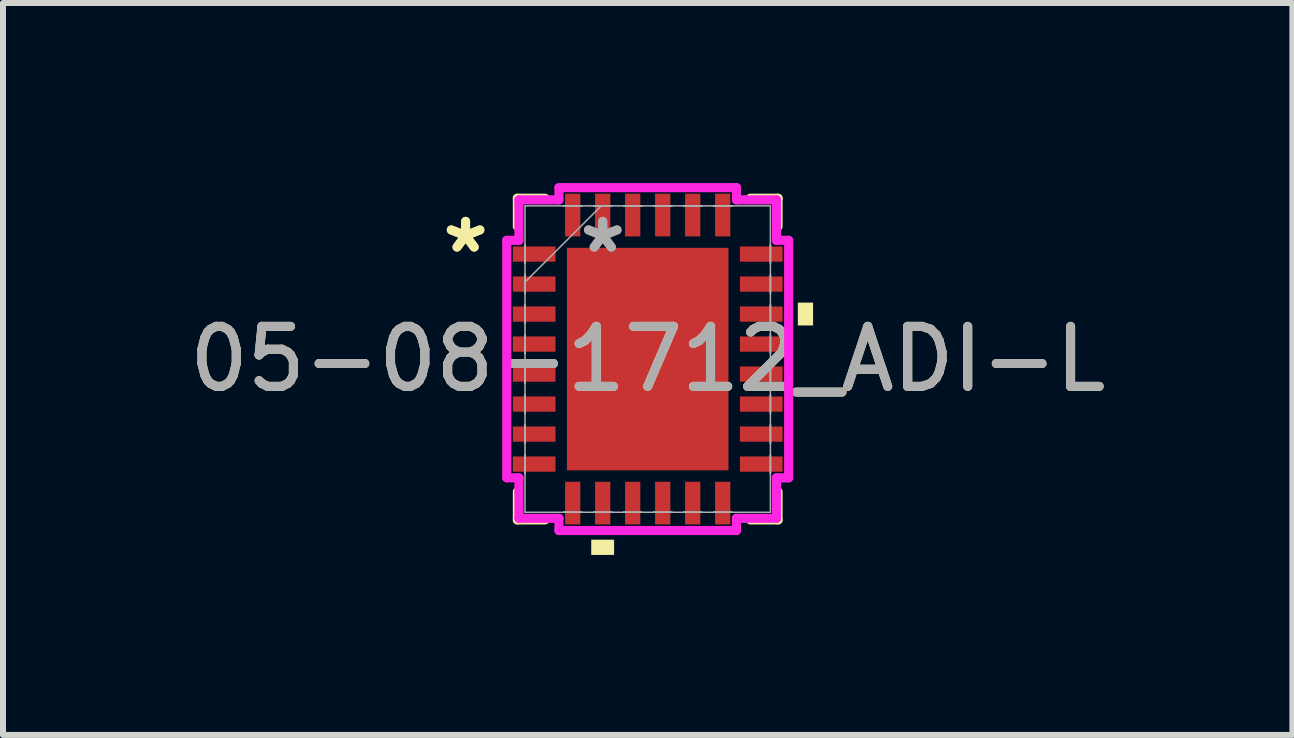
<source format=kicad_pcb>
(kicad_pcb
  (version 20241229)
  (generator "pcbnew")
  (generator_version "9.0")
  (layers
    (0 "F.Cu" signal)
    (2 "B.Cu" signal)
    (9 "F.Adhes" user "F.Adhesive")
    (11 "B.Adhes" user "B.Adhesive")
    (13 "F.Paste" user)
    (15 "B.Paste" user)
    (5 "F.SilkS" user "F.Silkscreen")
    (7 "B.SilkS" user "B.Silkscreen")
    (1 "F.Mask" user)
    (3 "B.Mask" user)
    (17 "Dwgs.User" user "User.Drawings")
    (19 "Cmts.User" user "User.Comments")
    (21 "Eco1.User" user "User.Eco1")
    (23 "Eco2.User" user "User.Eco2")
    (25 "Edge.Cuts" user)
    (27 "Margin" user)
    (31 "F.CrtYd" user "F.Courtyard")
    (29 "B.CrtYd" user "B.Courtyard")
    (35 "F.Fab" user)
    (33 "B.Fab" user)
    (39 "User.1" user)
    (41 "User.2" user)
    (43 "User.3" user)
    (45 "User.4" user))
  (footprint "05-08-1712_ADI-L"
    (layer "F.Cu")
    (at 7.744 2.934)
    (property "Reference" "05-08-1712_ADI-L" (at 0 0 0) (unlocked yes) (layer "F.SilkS") (effects (font (size 1 1) (thickness 0.15))))
    (attr smd)
    (fp_line (start -2.172 -2.68) (end -2.172 -2.21) (stroke (width 0.152) (type solid)) (layer "F.SilkS"))
    (fp_line (start -2.172 2.21) (end -2.172 2.68) (stroke (width 0.152) (type solid)) (layer "F.SilkS"))
    (fp_line (start -2.172 2.68) (end -1.71 2.68) (stroke (width 0.152) (type solid)) (layer "F.SilkS"))
    (fp_line (start -1.71 -2.68) (end -2.172 -2.68) (stroke (width 0.152) (type solid)) (layer "F.SilkS"))
    (fp_line (start 1.71 2.68) (end 2.172 2.68) (stroke (width 0.152) (type solid)) (layer "F.SilkS"))
    (fp_line (start 2.172 -2.68) (end 1.71 -2.68) (stroke (width 0.152) (type solid)) (layer "F.SilkS"))
    (fp_line (start 2.172 -2.21) (end 2.172 -2.68) (stroke (width 0.152) (type solid)) (layer "F.SilkS"))
    (fp_line (start 2.172 2.68) (end 2.172 2.21) (stroke (width 0.152) (type solid)) (layer "F.SilkS"))
    (fp_poly (pts (xy -0.941 3.01) (xy -0.941 3.264) (xy -0.56 3.264) (xy -0.56 3.01)) (stroke (width 0) (type solid)) (fill yes) (layer "F.SilkS"))
    (fp_poly (pts (xy 2.756 -0.941) (xy 2.756 -0.56) (xy 2.502 -0.56) (xy 2.502 -0.941)) (stroke (width 0) (type solid)) (fill yes) (layer "F.SilkS"))
    (fp_line (start -2.349 -1.979) (end -2.146 -1.979) (stroke (width 0.152) (type solid)) (layer "F.CrtYd"))
    (fp_line (start -2.349 1.979) (end -2.349 -1.979) (stroke (width 0.152) (type solid)) (layer "F.CrtYd"))
    (fp_line (start -2.146 -2.654) (end -1.479 -2.654) (stroke (width 0.152) (type solid)) (layer "F.CrtYd"))
    (fp_line (start -2.146 -1.979) (end -2.146 -2.654) (stroke (width 0.152) (type solid)) (layer "F.CrtYd"))
    (fp_line (start -2.146 1.979) (end -2.349 1.979) (stroke (width 0.152) (type solid)) (layer "F.CrtYd"))
    (fp_line (start -2.146 2.654) (end -2.146 1.979) (stroke (width 0.152) (type solid)) (layer "F.CrtYd"))
    (fp_line (start -1.479 -2.857) (end 1.479 -2.857) (stroke (width 0.152) (type solid)) (layer "F.CrtYd"))
    (fp_line (start -1.479 -2.654) (end -1.479 -2.857) (stroke (width 0.152) (type solid)) (layer "F.CrtYd"))
    (fp_line (start -1.479 2.654) (end -2.146 2.654) (stroke (width 0.152) (type solid)) (layer "F.CrtYd"))
    (fp_line (start -1.479 2.857) (end -1.479 2.654) (stroke (width 0.152) (type solid)) (layer "F.CrtYd"))
    (fp_line (start 1.479 -2.857) (end 1.479 -2.654) (stroke (width 0.152) (type solid)) (layer "F.CrtYd"))
    (fp_line (start 1.479 -2.654) (end 2.146 -2.654) (stroke (width 0.152) (type solid)) (layer "F.CrtYd"))
    (fp_line (start 1.479 2.654) (end 1.479 2.857) (stroke (width 0.152) (type solid)) (layer "F.CrtYd"))
    (fp_line (start 1.479 2.857) (end -1.479 2.857) (stroke (width 0.152) (type solid)) (layer "F.CrtYd"))
    (fp_line (start 2.146 -2.654) (end 2.146 -1.979) (stroke (width 0.152) (type solid)) (layer "F.CrtYd"))
    (fp_line (start 2.146 -1.979) (end 2.349 -1.979) (stroke (width 0.152) (type solid)) (layer "F.CrtYd"))
    (fp_line (start 2.146 1.979) (end 2.146 2.654) (stroke (width 0.152) (type solid)) (layer "F.CrtYd"))
    (fp_line (start 2.146 2.654) (end 1.479 2.654) (stroke (width 0.152) (type solid)) (layer "F.CrtYd"))
    (fp_line (start 2.349 -1.979) (end 2.349 1.979) (stroke (width 0.152) (type solid)) (layer "F.CrtYd"))
    (fp_line (start 2.349 1.979) (end 2.146 1.979) (stroke (width 0.152) (type solid)) (layer "F.CrtYd"))
    (fp_line (start -2.045 -2.553) (end -2.045 2.553) (stroke (width 0.025) (type solid)) (layer "F.Fab"))
    (fp_line (start -2.045 -1.902) (end -2.045 -1.902) (stroke (width 0.025) (type solid)) (layer "F.Fab"))
    (fp_line (start -2.045 -1.902) (end -2.045 -1.598) (stroke (width 0.025) (type solid)) (layer "F.Fab"))
    (fp_line (start -2.045 -1.598) (end -2.045 -1.902) (stroke (width 0.025) (type solid)) (layer "F.Fab"))
    (fp_line (start -2.045 -1.598) (end -2.045 -1.598) (stroke (width 0.025) (type solid)) (layer "F.Fab"))
    (fp_line (start -2.045 -1.402) (end -2.045 -1.402) (stroke (width 0.025) (type solid)) (layer "F.Fab"))
    (fp_line (start -2.045 -1.402) (end -2.045 -1.098) (stroke (width 0.025) (type solid)) (layer "F.Fab"))
    (fp_line (start -2.045 -1.283) (end -0.775 -2.553) (stroke (width 0.025) (type solid)) (layer "F.Fab"))
    (fp_line (start -2.045 -1.098) (end -2.045 -1.402) (stroke (width 0.025) (type solid)) (layer "F.Fab"))
    (fp_line (start -2.045 -1.098) (end -2.045 -1.098) (stroke (width 0.025) (type solid)) (layer "F.Fab"))
    (fp_line (start -2.045 -0.902) (end -2.045 -0.902) (stroke (width 0.025) (type solid)) (layer "F.Fab"))
    (fp_line (start -2.045 -0.902) (end -2.045 -0.598) (stroke (width 0.025) (type solid)) (layer "F.Fab"))
    (fp_line (start -2.045 -0.598) (end -2.045 -0.902) (stroke (width 0.025) (type solid)) (layer "F.Fab"))
    (fp_line (start -2.045 -0.598) (end -2.045 -0.598) (stroke (width 0.025) (type solid)) (layer "F.Fab"))
    (fp_line (start -2.045 -0.402) (end -2.045 -0.402) (stroke (width 0.025) (type solid)) (layer "F.Fab"))
    (fp_line (start -2.045 -0.402) (end -2.045 -0.098) (stroke (width 0.025) (type solid)) (layer "F.Fab"))
    (fp_line (start -2.045 -0.098) (end -2.045 -0.402) (stroke (width 0.025) (type solid)) (layer "F.Fab"))
    (fp_line (start -2.045 -0.098) (end -2.045 -0.098) (stroke (width 0.025) (type solid)) (layer "F.Fab"))
    (fp_line (start -2.045 0.098) (end -2.045 0.098) (stroke (width 0.025) (type solid)) (layer "F.Fab"))
    (fp_line (start -2.045 0.098) (end -2.045 0.402) (stroke (width 0.025) (type solid)) (layer "F.Fab"))
    (fp_line (start -2.045 0.402) (end -2.045 0.098) (stroke (width 0.025) (type solid)) (layer "F.Fab"))
    (fp_line (start -2.045 0.402) (end -2.045 0.402) (stroke (width 0.025) (type solid)) (layer "F.Fab"))
    (fp_line (start -2.045 0.598) (end -2.045 0.598) (stroke (width 0.025) (type solid)) (layer "F.Fab"))
    (fp_line (start -2.045 0.598) (end -2.045 0.902) (stroke (width 0.025) (type solid)) (layer "F.Fab"))
    (fp_line (start -2.045 0.902) (end -2.045 0.598) (stroke (width 0.025) (type solid)) (layer "F.Fab"))
    (fp_line (start -2.045 0.902) (end -2.045 0.902) (stroke (width 0.025) (type solid)) (layer "F.Fab"))
    (fp_line (start -2.045 1.098) (end -2.045 1.098) (stroke (width 0.025) (type solid)) (layer "F.Fab"))
    (fp_line (start -2.045 1.098) (end -2.045 1.402) (stroke (width 0.025) (type solid)) (layer "F.Fab"))
    (fp_line (start -2.045 1.402) (end -2.045 1.098) (stroke (width 0.025) (type solid)) (layer "F.Fab"))
    (fp_line (start -2.045 1.402) (end -2.045 1.402) (stroke (width 0.025) (type solid)) (layer "F.Fab"))
    (fp_line (start -2.045 1.598) (end -2.045 1.598) (stroke (width 0.025) (type solid)) (layer "F.Fab"))
    (fp_line (start -2.045 1.598) (end -2.045 1.902) (stroke (width 0.025) (type solid)) (layer "F.Fab"))
    (fp_line (start -2.045 1.902) (end -2.045 1.598) (stroke (width 0.025) (type solid)) (layer "F.Fab"))
    (fp_line (start -2.045 1.902) (end -2.045 1.902) (stroke (width 0.025) (type solid)) (layer "F.Fab"))
    (fp_line (start -2.045 2.553) (end 2.045 2.553) (stroke (width 0.025) (type solid)) (layer "F.Fab"))
    (fp_line (start -1.402 -2.553) (end -1.402 -2.553) (stroke (width 0.025) (type solid)) (layer "F.Fab"))
    (fp_line (start -1.402 -2.553) (end -1.098 -2.553) (stroke (width 0.025) (type solid)) (layer "F.Fab"))
    (fp_line (start -1.402 2.553) (end -1.402 2.553) (stroke (width 0.025) (type solid)) (layer "F.Fab"))
    (fp_line (start -1.402 2.553) (end -1.098 2.553) (stroke (width 0.025) (type solid)) (layer "F.Fab"))
    (fp_line (start -1.098 -2.553) (end -1.402 -2.553) (stroke (width 0.025) (type solid)) (layer "F.Fab"))
    (fp_line (start -1.098 -2.553) (end -1.098 -2.553) (stroke (width 0.025) (type solid)) (layer "F.Fab"))
    (fp_line (start -1.098 2.553) (end -1.402 2.553) (stroke (width 0.025) (type solid)) (layer "F.Fab"))
    (fp_line (start -1.098 2.553) (end -1.098 2.553) (stroke (width 0.025) (type solid)) (layer "F.Fab"))
    (fp_line (start -0.902 -2.553) (end -0.902 -2.553) (stroke (width 0.025) (type solid)) (layer "F.Fab"))
    (fp_line (start -0.902 -2.553) (end -0.598 -2.553) (stroke (width 0.025) (type solid)) (layer "F.Fab"))
    (fp_line (start -0.902 2.553) (end -0.902 2.553) (stroke (width 0.025) (type solid)) (layer "F.Fab"))
    (fp_line (start -0.902 2.553) (end -0.598 2.553) (stroke (width 0.025) (type solid)) (layer "F.Fab"))
    (fp_line (start -0.598 -2.553) (end -0.902 -2.553) (stroke (width 0.025) (type solid)) (layer "F.Fab"))
    (fp_line (start -0.598 -2.553) (end -0.598 -2.553) (stroke (width 0.025) (type solid)) (layer "F.Fab"))
    (fp_line (start -0.598 2.553) (end -0.902 2.553) (stroke (width 0.025) (type solid)) (layer "F.Fab"))
    (fp_line (start -0.598 2.553) (end -0.598 2.553) (stroke (width 0.025) (type solid)) (layer "F.Fab"))
    (fp_line (start -0.402 -2.553) (end -0.402 -2.553) (stroke (width 0.025) (type solid)) (layer "F.Fab"))
    (fp_line (start -0.402 -2.553) (end -0.098 -2.553) (stroke (width 0.025) (type solid)) (layer "F.Fab"))
    (fp_line (start -0.402 2.553) (end -0.402 2.553) (stroke (width 0.025) (type solid)) (layer "F.Fab"))
    (fp_line (start -0.402 2.553) (end -0.098 2.553) (stroke (width 0.025) (type solid)) (layer "F.Fab"))
    (fp_line (start -0.098 -2.553) (end -0.402 -2.553) (stroke (width 0.025) (type solid)) (layer "F.Fab"))
    (fp_line (start -0.098 -2.553) (end -0.098 -2.553) (stroke (width 0.025) (type solid)) (layer "F.Fab"))
    (fp_line (start -0.098 2.553) (end -0.402 2.553) (stroke (width 0.025) (type solid)) (layer "F.Fab"))
    (fp_line (start -0.098 2.553) (end -0.098 2.553) (stroke (width 0.025) (type solid)) (layer "F.Fab"))
    (fp_line (start 0.098 -2.553) (end 0.098 -2.553) (stroke (width 0.025) (type solid)) (layer "F.Fab"))
    (fp_line (start 0.098 -2.553) (end 0.402 -2.553) (stroke (width 0.025) (type solid)) (layer "F.Fab"))
    (fp_line (start 0.098 2.553) (end 0.098 2.553) (stroke (width 0.025) (type solid)) (layer "F.Fab"))
    (fp_line (start 0.098 2.553) (end 0.402 2.553) (stroke (width 0.025) (type solid)) (layer "F.Fab"))
    (fp_line (start 0.402 -2.553) (end 0.098 -2.553) (stroke (width 0.025) (type solid)) (layer "F.Fab"))
    (fp_line (start 0.402 -2.553) (end 0.402 -2.553) (stroke (width 0.025) (type solid)) (layer "F.Fab"))
    (fp_line (start 0.402 2.553) (end 0.098 2.553) (stroke (width 0.025) (type solid)) (layer "F.Fab"))
    (fp_line (start 0.402 2.553) (end 0.402 2.553) (stroke (width 0.025) (type solid)) (layer "F.Fab"))
    (fp_line (start 0.598 -2.553) (end 0.598 -2.553) (stroke (width 0.025) (type solid)) (layer "F.Fab"))
    (fp_line (start 0.598 -2.553) (end 0.902 -2.553) (stroke (width 0.025) (type solid)) (layer "F.Fab"))
    (fp_line (start 0.598 2.553) (end 0.598 2.553) (stroke (width 0.025) (type solid)) (layer "F.Fab"))
    (fp_line (start 0.598 2.553) (end 0.902 2.553) (stroke (width 0.025) (type solid)) (layer "F.Fab"))
    (fp_line (start 0.902 -2.553) (end 0.598 -2.553) (stroke (width 0.025) (type solid)) (layer "F.Fab"))
    (fp_line (start 0.902 -2.553) (end 0.902 -2.553) (stroke (width 0.025) (type solid)) (layer "F.Fab"))
    (fp_line (start 0.902 2.553) (end 0.598 2.553) (stroke (width 0.025) (type solid)) (layer "F.Fab"))
    (fp_line (start 0.902 2.553) (end 0.902 2.553) (stroke (width 0.025) (type solid)) (layer "F.Fab"))
    (fp_line (start 1.098 -2.553) (end 1.098 -2.553) (stroke (width 0.025) (type solid)) (layer "F.Fab"))
    (fp_line (start 1.098 -2.553) (end 1.402 -2.553) (stroke (width 0.025) (type solid)) (layer "F.Fab"))
    (fp_line (start 1.098 2.553) (end 1.098 2.553) (stroke (width 0.025) (type solid)) (layer "F.Fab"))
    (fp_line (start 1.098 2.553) (end 1.402 2.553) (stroke (width 0.025) (type solid)) (layer "F.Fab"))
    (fp_line (start 1.402 -2.553) (end 1.098 -2.553) (stroke (width 0.025) (type solid)) (layer "F.Fab"))
    (fp_line (start 1.402 -2.553) (end 1.402 -2.553) (stroke (width 0.025) (type solid)) (layer "F.Fab"))
    (fp_line (start 1.402 2.553) (end 1.098 2.553) (stroke (width 0.025) (type solid)) (layer "F.Fab"))
    (fp_line (start 1.402 2.553) (end 1.402 2.553) (stroke (width 0.025) (type solid)) (layer "F.Fab"))
    (fp_line (start 2.045 -2.553) (end -2.045 -2.553) (stroke (width 0.025) (type solid)) (layer "F.Fab"))
    (fp_line (start 2.045 -1.902) (end 2.045 -1.902) (stroke (width 0.025) (type solid)) (layer "F.Fab"))
    (fp_line (start 2.045 -1.902) (end 2.045 -1.598) (stroke (width 0.025) (type solid)) (layer "F.Fab"))
    (fp_line (start 2.045 -1.598) (end 2.045 -1.902) (stroke (width 0.025) (type solid)) (layer "F.Fab"))
    (fp_line (start 2.045 -1.598) (end 2.045 -1.598) (stroke (width 0.025) (type solid)) (layer "F.Fab"))
    (fp_line (start 2.045 -1.402) (end 2.045 -1.402) (stroke (width 0.025) (type solid)) (layer "F.Fab"))
    (fp_line (start 2.045 -1.402) (end 2.045 -1.098) (stroke (width 0.025) (type solid)) (layer "F.Fab"))
    (fp_line (start 2.045 -1.098) (end 2.045 -1.402) (stroke (width 0.025) (type solid)) (layer "F.Fab"))
    (fp_line (start 2.045 -1.098) (end 2.045 -1.098) (stroke (width 0.025) (type solid)) (layer "F.Fab"))
    (fp_line (start 2.045 -0.902) (end 2.045 -0.902) (stroke (width 0.025) (type solid)) (layer "F.Fab"))
    (fp_line (start 2.045 -0.902) (end 2.045 -0.598) (stroke (width 0.025) (type solid)) (layer "F.Fab"))
    (fp_line (start 2.045 -0.598) (end 2.045 -0.902) (stroke (width 0.025) (type solid)) (layer "F.Fab"))
    (fp_line (start 2.045 -0.598) (end 2.045 -0.598) (stroke (width 0.025) (type solid)) (layer "F.Fab"))
    (fp_line (start 2.045 -0.402) (end 2.045 -0.402) (stroke (width 0.025) (type solid)) (layer "F.Fab"))
    (fp_line (start 2.045 -0.402) (end 2.045 -0.098) (stroke (width 0.025) (type solid)) (layer "F.Fab"))
    (fp_line (start 2.045 -0.098) (end 2.045 -0.402) (stroke (width 0.025) (type solid)) (layer "F.Fab"))
    (fp_line (start 2.045 -0.098) (end 2.045 -0.098) (stroke (width 0.025) (type solid)) (layer "F.Fab"))
    (fp_line (start 2.045 0.098) (end 2.045 0.098) (stroke (width 0.025) (type solid)) (layer "F.Fab"))
    (fp_line (start 2.045 0.098) (end 2.045 0.402) (stroke (width 0.025) (type solid)) (layer "F.Fab"))
    (fp_line (start 2.045 0.402) (end 2.045 0.098) (stroke (width 0.025) (type solid)) (layer "F.Fab"))
    (fp_line (start 2.045 0.402) (end 2.045 0.402) (stroke (width 0.025) (type solid)) (layer "F.Fab"))
    (fp_line (start 2.045 0.598) (end 2.045 0.598) (stroke (width 0.025) (type solid)) (layer "F.Fab"))
    (fp_line (start 2.045 0.598) (end 2.045 0.902) (stroke (width 0.025) (type solid)) (layer "F.Fab"))
    (fp_line (start 2.045 0.902) (end 2.045 0.598) (stroke (width 0.025) (type solid)) (layer "F.Fab"))
    (fp_line (start 2.045 0.902) (end 2.045 0.902) (stroke (width 0.025) (type solid)) (layer "F.Fab"))
    (fp_line (start 2.045 1.098) (end 2.045 1.098) (stroke (width 0.025) (type solid)) (layer "F.Fab"))
    (fp_line (start 2.045 1.098) (end 2.045 1.402) (stroke (width 0.025) (type solid)) (layer "F.Fab"))
    (fp_line (start 2.045 1.402) (end 2.045 1.098) (stroke (width 0.025) (type solid)) (layer "F.Fab"))
    (fp_line (start 2.045 1.402) (end 2.045 1.402) (stroke (width 0.025) (type solid)) (layer "F.Fab"))
    (fp_line (start 2.045 1.598) (end 2.045 1.598) (stroke (width 0.025) (type solid)) (layer "F.Fab"))
    (fp_line (start 2.045 1.598) (end 2.045 1.902) (stroke (width 0.025) (type solid)) (layer "F.Fab"))
    (fp_line (start 2.045 1.902) (end 2.045 1.598) (stroke (width 0.025) (type solid)) (layer "F.Fab"))
    (fp_line (start 2.045 1.902) (end 2.045 1.902) (stroke (width 0.025) (type solid)) (layer "F.Fab"))
    (fp_line (start 2.045 2.553) (end 2.045 -2.553) (stroke (width 0.025) (type solid)) (layer "F.Fab"))
    (fp_text user "*" (at -3.035 -1.75 0) (layer "F.SilkS") (effects (font (size 1 1) (thickness 0.15))))
    (fp_text user "*" (at -3.035 -1.75 0) (unlocked yes) (layer "F.SilkS") (effects (font (size 1 1) (thickness 0.15))))
    (fp_text user "${REFERENCE}" (at 0 0 0) (unlocked yes) (layer "F.Fab") (effects (font (size 1 1) (thickness 0.15))))
    (fp_text user "*" (at -0.749 -1.75 0) (layer "F.Fab") (effects (font (size 1 1) (thickness 0.15))))
    (fp_text user "*" (at -0.749 -1.75 0) (unlocked yes) (layer "F.Fab") (effects (font (size 1 1) (thickness 0.15))))
    (pad "1" smd rect (at -1.892 -1.75 90) (size 0.254 0.711) (layers "F.Cu" "F.Mask" "F.Paste"))
    (pad "2" smd rect (at -1.892 -1.25 90) (size 0.254 0.711) (layers "F.Cu" "F.Mask" "F.Paste"))
    (pad "3" smd rect (at -1.892 -0.75 90) (size 0.254 0.711) (layers "F.Cu" "F.Mask" "F.Paste"))
    (pad "4" smd rect (at -1.892 -0.25 90) (size 0.254 0.711) (layers "F.Cu" "F.Mask" "F.Paste"))
    (pad "5" smd rect (at -1.892 0.25 90) (size 0.254 0.711) (layers "F.Cu" "F.Mask" "F.Paste"))
    (pad "6" smd rect (at -1.892 0.75 90) (size 0.254 0.711) (layers "F.Cu" "F.Mask" "F.Paste"))
    (pad "7" smd rect (at -1.892 1.25 90) (size 0.254 0.711) (layers "F.Cu" "F.Mask" "F.Paste"))
    (pad "8" smd rect (at -1.892 1.75 90) (size 0.254 0.711) (layers "F.Cu" "F.Mask" "F.Paste"))
    (pad "9" smd rect (at -1.25 2.4) (size 0.254 0.711) (layers "F.Cu" "F.Mask" "F.Paste"))
    (pad "10" smd rect (at -0.75 2.4) (size 0.254 0.711) (layers "F.Cu" "F.Mask" "F.Paste"))
    (pad "11" smd rect (at -0.25 2.4) (size 0.254 0.711) (layers "F.Cu" "F.Mask" "F.Paste"))
    (pad "12" smd rect (at 0.25 2.4) (size 0.254 0.711) (layers "F.Cu" "F.Mask" "F.Paste"))
    (pad "13" smd rect (at 0.75 2.4) (size 0.254 0.711) (layers "F.Cu" "F.Mask" "F.Paste"))
    (pad "14" smd rect (at 1.25 2.4) (size 0.254 0.711) (layers "F.Cu" "F.Mask" "F.Paste"))
    (pad "15" smd rect (at 1.892 1.75 90) (size 0.254 0.711) (layers "F.Cu" "F.Mask" "F.Paste"))
    (pad "16" smd rect (at 1.892 1.25 90) (size 0.254 0.711) (layers "F.Cu" "F.Mask" "F.Paste"))
    (pad "17" smd rect (at 1.892 0.75 90) (size 0.254 0.711) (layers "F.Cu" "F.Mask" "F.Paste"))
    (pad "18" smd rect (at 1.892 0.25 90) (size 0.254 0.711) (layers "F.Cu" "F.Mask" "F.Paste"))
    (pad "19" smd rect (at 1.892 -0.25 90) (size 0.254 0.711) (layers "F.Cu" "F.Mask" "F.Paste"))
    (pad "20" smd rect (at 1.892 -0.75 90) (size 0.254 0.711) (layers "F.Cu" "F.Mask" "F.Paste"))
    (pad "21" smd rect (at 1.892 -1.25 90) (size 0.254 0.711) (layers "F.Cu" "F.Mask" "F.Paste"))
    (pad "22" smd rect (at 1.892 -1.75 90) (size 0.254 0.711) (layers "F.Cu" "F.Mask" "F.Paste"))
    (pad "23" smd rect (at 1.25 -2.4) (size 0.254 0.711) (layers "F.Cu" "F.Mask" "F.Paste"))
    (pad "24" smd rect (at 0.75 -2.4) (size 0.254 0.711) (layers "F.Cu" "F.Mask" "F.Paste"))
    (pad "25" smd rect (at 0.25 -2.4) (size 0.254 0.711) (layers "F.Cu" "F.Mask" "F.Paste"))
    (pad "26" smd rect (at -0.25 -2.4) (size 0.254 0.711) (layers "F.Cu" "F.Mask" "F.Paste"))
    (pad "27" smd rect (at -0.75 -2.4) (size 0.254 0.711) (layers "F.Cu" "F.Mask" "F.Paste"))
    (pad "28" smd rect (at -1.25 -2.4) (size 0.254 0.711) (layers "F.Cu" "F.Mask" "F.Paste"))
    (pad "29" smd rect (at 0 0) (size 2.692 3.708) (layers "F.Cu" "F.Mask" "F.Paste")))
  (gr_rect
    (start -3 -3)
    (end 18.488 9.198)
    (stroke (width 0.1) (type default))
    (fill no)
    (layer "Edge.Cuts")))
</source>
